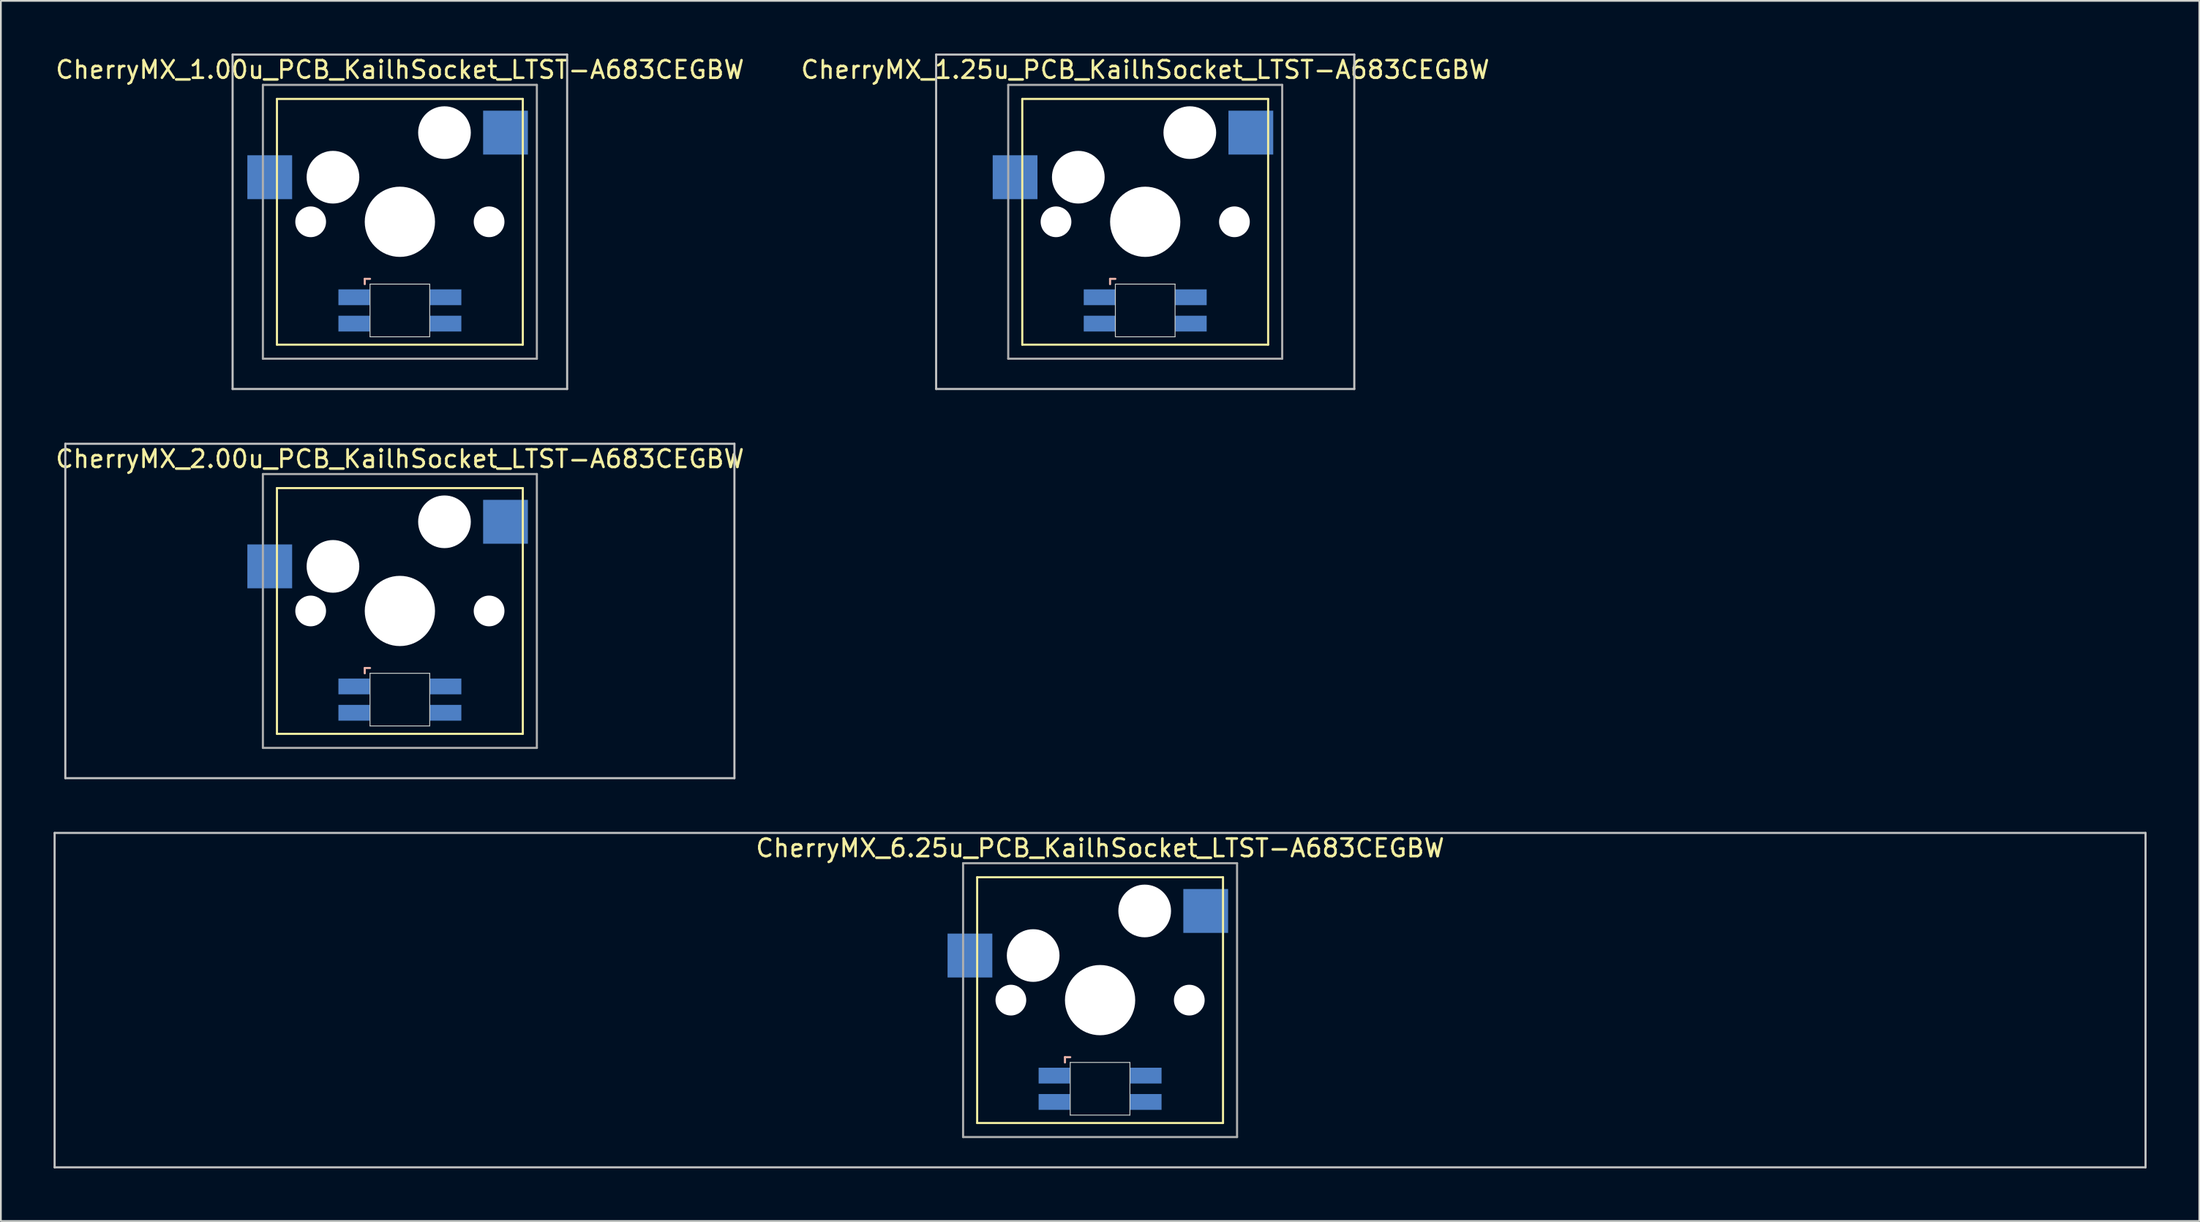
<source format=kicad_pcb>
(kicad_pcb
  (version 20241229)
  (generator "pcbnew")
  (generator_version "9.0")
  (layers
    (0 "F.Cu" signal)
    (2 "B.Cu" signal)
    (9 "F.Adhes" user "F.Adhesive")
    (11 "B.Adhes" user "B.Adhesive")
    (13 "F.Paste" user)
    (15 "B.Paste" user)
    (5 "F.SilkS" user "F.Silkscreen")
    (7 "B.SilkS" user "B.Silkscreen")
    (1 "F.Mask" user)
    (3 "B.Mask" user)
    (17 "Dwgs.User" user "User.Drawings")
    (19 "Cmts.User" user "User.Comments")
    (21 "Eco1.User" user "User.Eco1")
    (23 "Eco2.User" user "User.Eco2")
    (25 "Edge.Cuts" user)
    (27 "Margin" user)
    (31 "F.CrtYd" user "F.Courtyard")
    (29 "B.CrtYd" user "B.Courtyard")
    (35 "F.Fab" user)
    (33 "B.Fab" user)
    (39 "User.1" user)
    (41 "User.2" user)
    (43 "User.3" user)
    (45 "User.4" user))
  (footprint "CherryMX_6.25u_PCB_KailhSocket_LTST-A683CEGBW"
    (layer "F.Cu")
    (at 59.591 53.925)
    (property "Reference" "CherryMX_6.25u_PCB_KailhSocket_LTST-A683CEGBW" (at 0 -8.662 0) (layer "F.SilkS") (effects (font (size 1 1) (thickness 0.15))))
    (attr through_hole)
    (fp_line (start -7 -7) (end -7 7) (stroke (width 0.12) (type solid)) (layer "F.SilkS"))
    (fp_line (start -7 -7) (end 7 -7) (stroke (width 0.12) (type solid)) (layer "F.SilkS"))
    (fp_line (start 7 -7) (end 7 7) (stroke (width 0.12) (type solid)) (layer "F.SilkS"))
    (fp_line (start 7 7) (end -7 7) (stroke (width 0.12) (type solid)) (layer "F.SilkS"))
    (fp_line (start -2 3.25) (end -2 3.55) (stroke (width 0.12) (type solid)) (layer "B.SilkS"))
    (fp_line (start -1.7 3.25) (end -2 3.25) (stroke (width 0.12) (type solid)) (layer "B.SilkS"))
    (fp_line (start -59.531 -9.525) (end 59.531 -9.525) (stroke (width 0.12) (type solid)) (layer "Dwgs.User"))
    (fp_line (start -59.531 9.525) (end -59.531 -9.525) (stroke (width 0.12) (type solid)) (layer "Dwgs.User"))
    (fp_line (start 59.531 -9.525) (end 59.531 9.525) (stroke (width 0.12) (type solid)) (layer "Dwgs.User"))
    (fp_line (start 59.531 9.525) (end -59.531 9.525) (stroke (width 0.12) (type solid)) (layer "Dwgs.User"))
    (fp_line (start -1.7 3.55) (end 1.7 3.55) (stroke (width 0.05) (type solid)) (layer "Edge.Cuts"))
    (fp_line (start -1.7 6.55) (end -1.7 3.55) (stroke (width 0.05) (type solid)) (layer "Edge.Cuts"))
    (fp_line (start 1.7 3.55) (end 1.7 6.55) (stroke (width 0.05) (type solid)) (layer "Edge.Cuts"))
    (fp_line (start 1.7 6.55) (end -1.7 6.55) (stroke (width 0.05) (type solid)) (layer "Edge.Cuts"))
    (fp_line (start -7.8 -7.8) (end -7.8 7.8) (stroke (width 0.12) (type solid)) (layer "F.Fab"))
    (fp_line (start -7.8 -7.8) (end 7.8 -7.8) (stroke (width 0.12) (type solid)) (layer "F.Fab"))
    (fp_line (start -7.8 7.8) (end 7.8 7.8) (stroke (width 0.12) (type solid)) (layer "F.Fab"))
    (fp_line (start 7.8 -7.8) (end 7.8 7.8) (stroke (width 0.12) (type solid)) (layer "F.Fab"))
    (pad "" np_thru_hole circle (at -5.08 0) (size 1.75 1.75) (drill 1.75) (layers "*.Cu" "*.Mask"))
    (pad "" np_thru_hole circle (at -3.81 -2.54) (size 3 3) (drill 3) (layers "*.Cu" "*.Mask"))
    (pad "" np_thru_hole circle (at 0 0) (size 4 4) (drill 4) (layers "*.Cu" "*.Mask"))
    (pad "" np_thru_hole circle (at 2.54 -5.08) (size 3 3) (drill 3) (layers "*.Cu" "*.Mask"))
    (pad "" np_thru_hole circle (at 5.08 0) (size 1.75 1.75) (drill 1.75) (layers "*.Cu" "*.Mask"))
    (pad "1" smd rect (at -7.41 -2.54) (size 2.55 2.5) (layers "B.Cu" "B.Mask" "B.Paste"))
    (pad "2" smd rect (at 6.015 -5.08) (size 2.55 2.5) (layers "B.Cu" "B.Mask" "B.Paste"))
    (pad "3" smd rect (at -2.6 4.3) (size 1.8 0.9) (layers "B.Cu" "B.Mask" "B.Paste"))
    (pad "4" smd rect (at -2.6 5.8) (size 1.8 0.9) (layers "B.Cu" "B.Mask" "B.Paste"))
    (pad "5" smd rect (at 2.6 4.3) (size 1.8 0.9) (layers "B.Cu" "B.Mask" "B.Paste"))
    (pad "6" smd rect (at 2.6 5.8) (size 1.8 0.9) (layers "B.Cu" "B.Mask" "B.Paste")))
  (footprint "CherryMX_1.25u_PCB_KailhSocket_LTST-A683CEGBW"
    (layer "F.Cu")
    (at 62.161 9.585)
    (property "Reference" "CherryMX_1.25u_PCB_KailhSocket_LTST-A683CEGBW" (at 0 -8.662 0) (layer "F.SilkS") (effects (font (size 1 1) (thickness 0.15))))
    (attr through_hole)
    (fp_line (start -7 -7) (end -7 7) (stroke (width 0.12) (type solid)) (layer "F.SilkS"))
    (fp_line (start -7 -7) (end 7 -7) (stroke (width 0.12) (type solid)) (layer "F.SilkS"))
    (fp_line (start 7 -7) (end 7 7) (stroke (width 0.12) (type solid)) (layer "F.SilkS"))
    (fp_line (start 7 7) (end -7 7) (stroke (width 0.12) (type solid)) (layer "F.SilkS"))
    (fp_line (start -2 3.25) (end -2 3.55) (stroke (width 0.12) (type solid)) (layer "B.SilkS"))
    (fp_line (start -1.7 3.25) (end -2 3.25) (stroke (width 0.12) (type solid)) (layer "B.SilkS"))
    (fp_line (start -11.906 -9.525) (end 11.906 -9.525) (stroke (width 0.12) (type solid)) (layer "Dwgs.User"))
    (fp_line (start -11.906 9.525) (end -11.906 -9.525) (stroke (width 0.12) (type solid)) (layer "Dwgs.User"))
    (fp_line (start 11.906 -9.525) (end 11.906 9.525) (stroke (width 0.12) (type solid)) (layer "Dwgs.User"))
    (fp_line (start 11.906 9.525) (end -11.906 9.525) (stroke (width 0.12) (type solid)) (layer "Dwgs.User"))
    (fp_line (start -1.7 3.55) (end 1.7 3.55) (stroke (width 0.05) (type solid)) (layer "Edge.Cuts"))
    (fp_line (start -1.7 6.55) (end -1.7 3.55) (stroke (width 0.05) (type solid)) (layer "Edge.Cuts"))
    (fp_line (start 1.7 3.55) (end 1.7 6.55) (stroke (width 0.05) (type solid)) (layer "Edge.Cuts"))
    (fp_line (start 1.7 6.55) (end -1.7 6.55) (stroke (width 0.05) (type solid)) (layer "Edge.Cuts"))
    (fp_line (start -7.8 -7.8) (end -7.8 7.8) (stroke (width 0.12) (type solid)) (layer "F.Fab"))
    (fp_line (start -7.8 -7.8) (end 7.8 -7.8) (stroke (width 0.12) (type solid)) (layer "F.Fab"))
    (fp_line (start -7.8 7.8) (end 7.8 7.8) (stroke (width 0.12) (type solid)) (layer "F.Fab"))
    (fp_line (start 7.8 -7.8) (end 7.8 7.8) (stroke (width 0.12) (type solid)) (layer "F.Fab"))
    (pad "" np_thru_hole circle (at -5.08 0) (size 1.75 1.75) (drill 1.75) (layers "*.Cu" "*.Mask"))
    (pad "" np_thru_hole circle (at -3.81 -2.54) (size 3 3) (drill 3) (layers "*.Cu" "*.Mask"))
    (pad "" np_thru_hole circle (at 0 0) (size 4 4) (drill 4) (layers "*.Cu" "*.Mask"))
    (pad "" np_thru_hole circle (at 2.54 -5.08) (size 3 3) (drill 3) (layers "*.Cu" "*.Mask"))
    (pad "" np_thru_hole circle (at 5.08 0) (size 1.75 1.75) (drill 1.75) (layers "*.Cu" "*.Mask"))
    (pad "1" smd rect (at -7.41 -2.54) (size 2.55 2.5) (layers "B.Cu" "B.Mask" "B.Paste"))
    (pad "2" smd rect (at 6.015 -5.08) (size 2.55 2.5) (layers "B.Cu" "B.Mask" "B.Paste"))
    (pad "3" smd rect (at -2.6 4.3) (size 1.8 0.9) (layers "B.Cu" "B.Mask" "B.Paste"))
    (pad "4" smd rect (at -2.6 5.8) (size 1.8 0.9) (layers "B.Cu" "B.Mask" "B.Paste"))
    (pad "5" smd rect (at 2.6 4.3) (size 1.8 0.9) (layers "B.Cu" "B.Mask" "B.Paste"))
    (pad "6" smd rect (at 2.6 5.8) (size 1.8 0.9) (layers "B.Cu" "B.Mask" "B.Paste")))
  (footprint "CherryMX_2.00u_PCB_KailhSocket_LTST-A683CEGBW"
    (layer "F.Cu")
    (at 19.72 31.755)
    (property "Reference" "CherryMX_2.00u_PCB_KailhSocket_LTST-A683CEGBW" (at 0 -8.662 0) (layer "F.SilkS") (effects (font (size 1 1) (thickness 0.15))))
    (attr through_hole)
    (fp_line (start -7 -7) (end -7 7) (stroke (width 0.12) (type solid)) (layer "F.SilkS"))
    (fp_line (start -7 -7) (end 7 -7) (stroke (width 0.12) (type solid)) (layer "F.SilkS"))
    (fp_line (start 7 -7) (end 7 7) (stroke (width 0.12) (type solid)) (layer "F.SilkS"))
    (fp_line (start 7 7) (end -7 7) (stroke (width 0.12) (type solid)) (layer "F.SilkS"))
    (fp_line (start -2 3.25) (end -2 3.55) (stroke (width 0.12) (type solid)) (layer "B.SilkS"))
    (fp_line (start -1.7 3.25) (end -2 3.25) (stroke (width 0.12) (type solid)) (layer "B.SilkS"))
    (fp_line (start -19.05 -9.525) (end 19.05 -9.525) (stroke (width 0.12) (type solid)) (layer "Dwgs.User"))
    (fp_line (start -19.05 9.525) (end -19.05 -9.525) (stroke (width 0.12) (type solid)) (layer "Dwgs.User"))
    (fp_line (start 19.05 -9.525) (end 19.05 9.525) (stroke (width 0.12) (type solid)) (layer "Dwgs.User"))
    (fp_line (start 19.05 9.525) (end -19.05 9.525) (stroke (width 0.12) (type solid)) (layer "Dwgs.User"))
    (fp_line (start -1.7 3.55) (end 1.7 3.55) (stroke (width 0.05) (type solid)) (layer "Edge.Cuts"))
    (fp_line (start -1.7 6.55) (end -1.7 3.55) (stroke (width 0.05) (type solid)) (layer "Edge.Cuts"))
    (fp_line (start 1.7 3.55) (end 1.7 6.55) (stroke (width 0.05) (type solid)) (layer "Edge.Cuts"))
    (fp_line (start 1.7 6.55) (end -1.7 6.55) (stroke (width 0.05) (type solid)) (layer "Edge.Cuts"))
    (fp_line (start -7.8 -7.8) (end -7.8 7.8) (stroke (width 0.12) (type solid)) (layer "F.Fab"))
    (fp_line (start -7.8 -7.8) (end 7.8 -7.8) (stroke (width 0.12) (type solid)) (layer "F.Fab"))
    (fp_line (start -7.8 7.8) (end 7.8 7.8) (stroke (width 0.12) (type solid)) (layer "F.Fab"))
    (fp_line (start 7.8 -7.8) (end 7.8 7.8) (stroke (width 0.12) (type solid)) (layer "F.Fab"))
    (pad "" np_thru_hole circle (at -5.08 0) (size 1.75 1.75) (drill 1.75) (layers "*.Cu" "*.Mask"))
    (pad "" np_thru_hole circle (at -3.81 -2.54) (size 3 3) (drill 3) (layers "*.Cu" "*.Mask"))
    (pad "" np_thru_hole circle (at 0 0) (size 4 4) (drill 4) (layers "*.Cu" "*.Mask"))
    (pad "" np_thru_hole circle (at 2.54 -5.08) (size 3 3) (drill 3) (layers "*.Cu" "*.Mask"))
    (pad "" np_thru_hole circle (at 5.08 0) (size 1.75 1.75) (drill 1.75) (layers "*.Cu" "*.Mask"))
    (pad "1" smd rect (at -7.41 -2.54) (size 2.55 2.5) (layers "B.Cu" "B.Mask" "B.Paste"))
    (pad "2" smd rect (at 6.015 -5.08) (size 2.55 2.5) (layers "B.Cu" "B.Mask" "B.Paste"))
    (pad "3" smd rect (at -2.6 4.3) (size 1.8 0.9) (layers "B.Cu" "B.Mask" "B.Paste"))
    (pad "4" smd rect (at -2.6 5.8) (size 1.8 0.9) (layers "B.Cu" "B.Mask" "B.Paste"))
    (pad "5" smd rect (at 2.6 4.3) (size 1.8 0.9) (layers "B.Cu" "B.Mask" "B.Paste"))
    (pad "6" smd rect (at 2.6 5.8) (size 1.8 0.9) (layers "B.Cu" "B.Mask" "B.Paste")))
  (footprint "CherryMX_1.00u_PCB_KailhSocket_LTST-A683CEGBW"
    (layer "F.Cu")
    (at 19.72 9.585)
    (property "Reference" "CherryMX_1.00u_PCB_KailhSocket_LTST-A683CEGBW" (at 0 -8.662 0) (layer "F.SilkS") (effects (font (size 1 1) (thickness 0.15))))
    (attr through_hole)
    (fp_line (start -7 -7) (end -7 7) (stroke (width 0.12) (type solid)) (layer "F.SilkS"))
    (fp_line (start -7 -7) (end 7 -7) (stroke (width 0.12) (type solid)) (layer "F.SilkS"))
    (fp_line (start 7 -7) (end 7 7) (stroke (width 0.12) (type solid)) (layer "F.SilkS"))
    (fp_line (start 7 7) (end -7 7) (stroke (width 0.12) (type solid)) (layer "F.SilkS"))
    (fp_line (start -2 3.25) (end -2 3.55) (stroke (width 0.12) (type solid)) (layer "B.SilkS"))
    (fp_line (start -1.7 3.25) (end -2 3.25) (stroke (width 0.12) (type solid)) (layer "B.SilkS"))
    (fp_line (start -9.525 -9.525) (end 9.525 -9.525) (stroke (width 0.12) (type solid)) (layer "Dwgs.User"))
    (fp_line (start -9.525 9.525) (end -9.525 -9.525) (stroke (width 0.12) (type solid)) (layer "Dwgs.User"))
    (fp_line (start 9.525 -9.525) (end 9.525 9.525) (stroke (width 0.12) (type solid)) (layer "Dwgs.User"))
    (fp_line (start 9.525 9.525) (end -9.525 9.525) (stroke (width 0.12) (type solid)) (layer "Dwgs.User"))
    (fp_line (start -1.7 3.55) (end 1.7 3.55) (stroke (width 0.05) (type solid)) (layer "Edge.Cuts"))
    (fp_line (start -1.7 6.55) (end -1.7 3.55) (stroke (width 0.05) (type solid)) (layer "Edge.Cuts"))
    (fp_line (start 1.7 3.55) (end 1.7 6.55) (stroke (width 0.05) (type solid)) (layer "Edge.Cuts"))
    (fp_line (start 1.7 6.55) (end -1.7 6.55) (stroke (width 0.05) (type solid)) (layer "Edge.Cuts"))
    (fp_line (start -7.8 -7.8) (end -7.8 7.8) (stroke (width 0.12) (type solid)) (layer "F.Fab"))
    (fp_line (start -7.8 -7.8) (end 7.8 -7.8) (stroke (width 0.12) (type solid)) (layer "F.Fab"))
    (fp_line (start -7.8 7.8) (end 7.8 7.8) (stroke (width 0.12) (type solid)) (layer "F.Fab"))
    (fp_line (start 7.8 -7.8) (end 7.8 7.8) (stroke (width 0.12) (type solid)) (layer "F.Fab"))
    (pad "" np_thru_hole circle (at -5.08 0) (size 1.75 1.75) (drill 1.75) (layers "*.Cu" "*.Mask"))
    (pad "" np_thru_hole circle (at -3.81 -2.54) (size 3 3) (drill 3) (layers "*.Cu" "*.Mask"))
    (pad "" np_thru_hole circle (at 0 0) (size 4 4) (drill 4) (layers "*.Cu" "*.Mask"))
    (pad "" np_thru_hole circle (at 2.54 -5.08) (size 3 3) (drill 3) (layers "*.Cu" "*.Mask"))
    (pad "" np_thru_hole circle (at 5.08 0) (size 1.75 1.75) (drill 1.75) (layers "*.Cu" "*.Mask"))
    (pad "1" smd rect (at -7.41 -2.54) (size 2.55 2.5) (layers "B.Cu" "B.Mask" "B.Paste"))
    (pad "2" smd rect (at 6.015 -5.08) (size 2.55 2.5) (layers "B.Cu" "B.Mask" "B.Paste"))
    (pad "3" smd rect (at -2.6 4.3) (size 1.8 0.9) (layers "B.Cu" "B.Mask" "B.Paste"))
    (pad "4" smd rect (at -2.6 5.8) (size 1.8 0.9) (layers "B.Cu" "B.Mask" "B.Paste"))
    (pad "5" smd rect (at 2.6 4.3) (size 1.8 0.9) (layers "B.Cu" "B.Mask" "B.Paste"))
    (pad "6" smd rect (at 2.6 5.8) (size 1.8 0.9) (layers "B.Cu" "B.Mask" "B.Paste")))
  (gr_rect
    (start -3 -3)
    (end 122.183 66.51)
    (stroke (width 0.1) (type default))
    (fill no)
    (layer "Edge.Cuts")))
</source>
